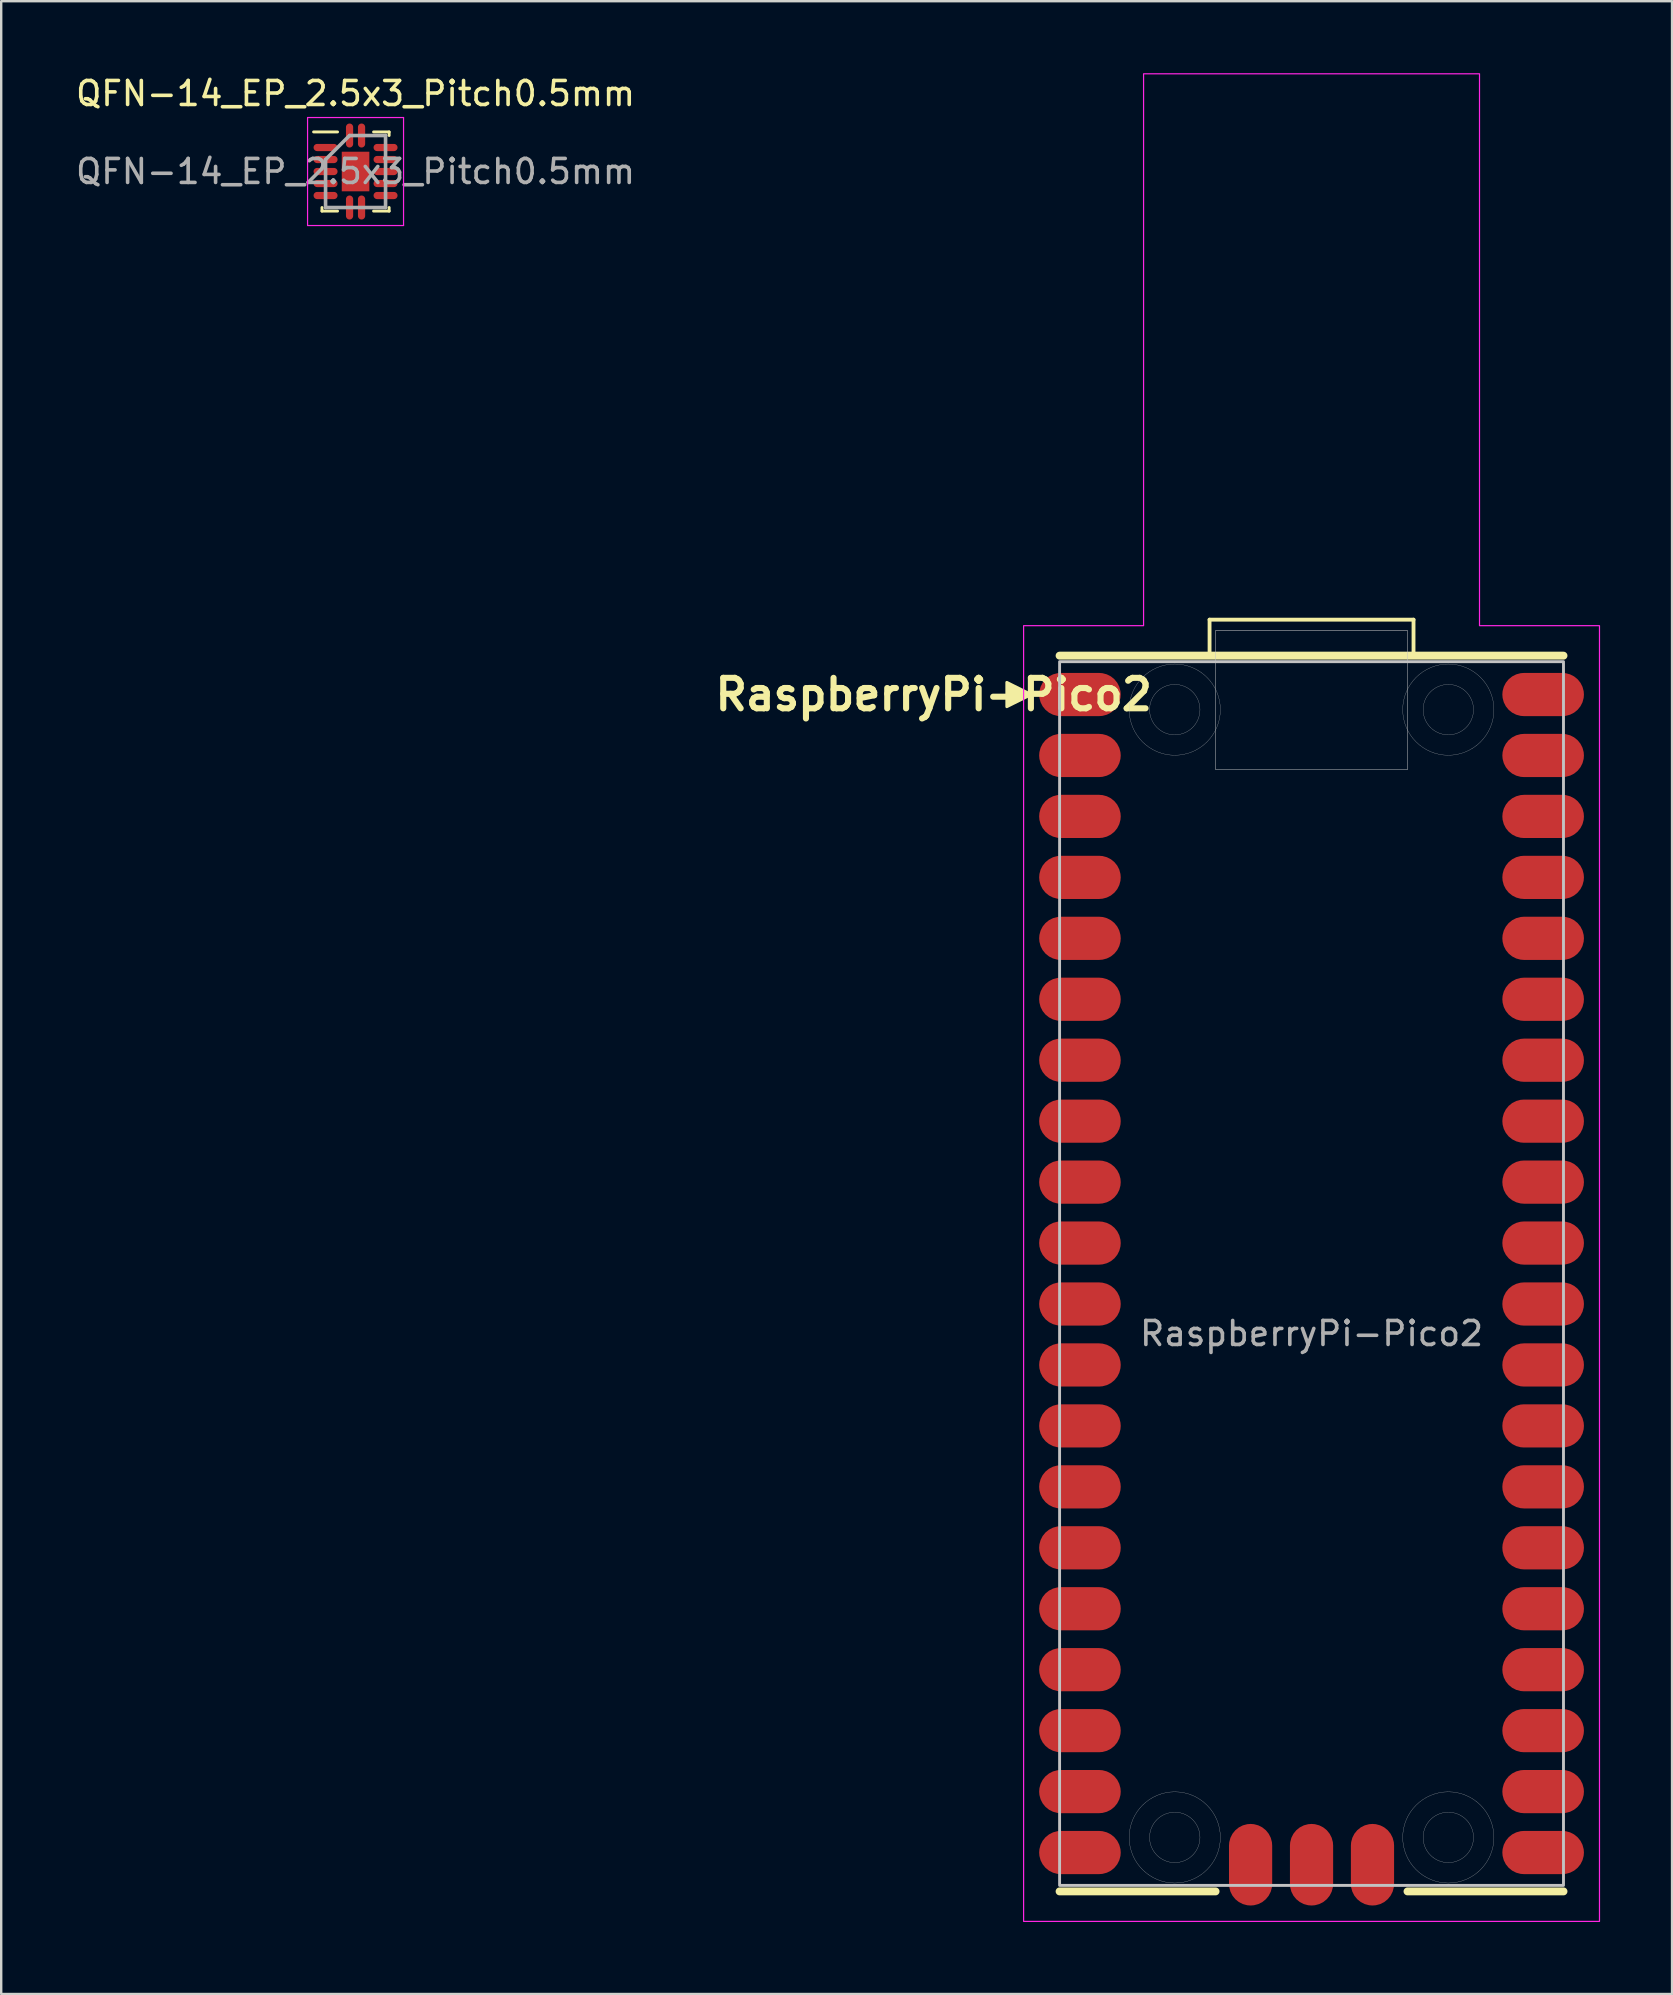
<source format=kicad_pcb>
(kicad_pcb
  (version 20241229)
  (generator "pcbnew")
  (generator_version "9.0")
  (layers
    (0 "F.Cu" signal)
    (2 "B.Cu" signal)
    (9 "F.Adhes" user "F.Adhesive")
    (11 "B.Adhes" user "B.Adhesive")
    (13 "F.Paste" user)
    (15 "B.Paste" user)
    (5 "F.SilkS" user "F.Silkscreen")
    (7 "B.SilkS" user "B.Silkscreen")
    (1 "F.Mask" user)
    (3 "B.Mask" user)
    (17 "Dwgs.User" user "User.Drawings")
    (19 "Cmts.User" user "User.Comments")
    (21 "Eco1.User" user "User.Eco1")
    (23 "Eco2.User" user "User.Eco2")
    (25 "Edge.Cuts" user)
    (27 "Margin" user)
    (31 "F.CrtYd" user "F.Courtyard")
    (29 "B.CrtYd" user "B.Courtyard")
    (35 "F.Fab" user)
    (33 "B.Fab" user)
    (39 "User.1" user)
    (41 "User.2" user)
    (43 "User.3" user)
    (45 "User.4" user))
  (footprint "RaspberryPi-Pico2"
    (layer "F.Cu")
    (at 51.609 50.025)
    (property "Reference" "RaspberryPi-Pico2" (at -15.748 -24.13 0) (unlocked yes) (layer "F.SilkS") (effects (font (size 1.27 1.27) (thickness 0.254) (bold yes))))
    (attr through_hole)
    (fp_line (start -4.25 -27.25) (end 4.25 -27.25) (stroke (width 0.16) (type default)) (layer "F.SilkS"))
    (fp_line (start -4.25 -25.75) (end -4.25 -27.25) (stroke (width 0.16) (type default)) (layer "F.SilkS"))
    (fp_line (start -4 25.75) (end -10.5 25.75) (stroke (width 0.33) (type solid)) (layer "F.SilkS"))
    (fp_line (start 4.25 -27.25) (end 4.25 -25.75) (stroke (width 0.16) (type default)) (layer "F.SilkS"))
    (fp_line (start 10.5 -25.75) (end -10.5 -25.75) (stroke (width 0.33) (type solid)) (layer "F.SilkS"))
    (fp_line (start 10.5 25.75) (end 4 25.75) (stroke (width 0.33) (type solid)) (layer "F.SilkS"))
    (fp_poly (pts (xy -11.684 -24.13) (xy -12.7 -24.638) (xy -12.7 -23.622)) (stroke (width 0.12) (type solid)) (fill yes) (layer "F.SilkS"))
    (fp_rect (start -10.5 -25.5) (end 10.5 25.5) (stroke (width 0.12) (type default)) (fill no) (layer "Dwgs.User"))
    (fp_rect (start -10.5 -24.93) (end -8.1 -23.33) (stroke (width 0.001) (type default)) (fill no) (layer "Dwgs.User"))
    (fp_rect (start -10.5 -22.39) (end -8.1 -20.79) (stroke (width 0.001) (type default)) (fill no) (layer "Dwgs.User"))
    (fp_rect (start -10.5 -19.85) (end -8.1 -18.25) (stroke (width 0.001) (type default)) (fill no) (layer "Dwgs.User"))
    (fp_rect (start -10.5 -17.31) (end -8.1 -15.71) (stroke (width 0.001) (type default)) (fill no) (layer "Dwgs.User"))
    (fp_rect (start -10.5 -14.77) (end -8.1 -13.17) (stroke (width 0.001) (type default)) (fill no) (layer "Dwgs.User"))
    (fp_rect (start -10.5 -12.23) (end -8.1 -10.63) (stroke (width 0.001) (type default)) (fill no) (layer "Dwgs.User"))
    (fp_rect (start -10.5 -9.69) (end -8.1 -8.09) (stroke (width 0.001) (type default)) (fill no) (layer "Dwgs.User"))
    (fp_rect (start -10.5 -7.15) (end -8.1 -5.55) (stroke (width 0.001) (type default)) (fill no) (layer "Dwgs.User"))
    (fp_rect (start -10.5 -4.61) (end -8.1 -3.01) (stroke (width 0.001) (type default)) (fill no) (layer "Dwgs.User"))
    (fp_rect (start -10.5 -2.07) (end -8.1 -0.47) (stroke (width 0.001) (type default)) (fill no) (layer "Dwgs.User"))
    (fp_rect (start -10.5 0.47) (end -8.1 2.07) (stroke (width 0.001) (type default)) (fill no) (layer "Dwgs.User"))
    (fp_rect (start -10.5 3.01) (end -8.1 4.61) (stroke (width 0.001) (type default)) (fill no) (layer "Dwgs.User"))
    (fp_rect (start -10.5 5.55) (end -8.1 7.15) (stroke (width 0.001) (type default)) (fill no) (layer "Dwgs.User"))
    (fp_rect (start -10.5 8.09) (end -8.1 9.69) (stroke (width 0.001) (type default)) (fill no) (layer "Dwgs.User"))
    (fp_rect (start -10.5 10.63) (end -8.1 12.23) (stroke (width 0.001) (type default)) (fill no) (layer "Dwgs.User"))
    (fp_rect (start -10.5 13.17) (end -8.1 14.77) (stroke (width 0.001) (type default)) (fill no) (layer "Dwgs.User"))
    (fp_rect (start -10.5 15.71) (end -8.1 17.31) (stroke (width 0.001) (type default)) (fill no) (layer "Dwgs.User"))
    (fp_rect (start -10.5 18.25) (end -8.1 19.85) (stroke (width 0.001) (type default)) (fill no) (layer "Dwgs.User"))
    (fp_rect (start -10.5 20.79) (end -8.1 22.39) (stroke (width 0.001) (type default)) (fill no) (layer "Dwgs.User"))
    (fp_rect (start -10.5 23.33) (end -8.1 24.93) (stroke (width 0.001) (type default)) (fill no) (layer "Dwgs.User"))
    (fp_rect (start -4 -26.8) (end 4 -21) (stroke (width 0.02) (type default)) (fill no) (layer "Dwgs.User"))
    (fp_rect (start -3.34 23.1) (end -1.74 25.5) (stroke (width 0.001) (type solid)) (fill no) (layer "Dwgs.User"))
    (fp_rect (start -0.8 23.1) (end 0.8 25.5) (stroke (width 0.001) (type solid)) (fill no) (layer "Dwgs.User"))
    (fp_rect (start 1.74 23.1) (end 3.34 25.5) (stroke (width 0.001) (type solid)) (fill no) (layer "Dwgs.User"))
    (fp_rect (start 8.1 -24.93) (end 10.5 -23.33) (stroke (width 0.001) (type solid)) (fill no) (layer "Dwgs.User"))
    (fp_rect (start 8.1 -22.39) (end 10.5 -20.79) (stroke (width 0.001) (type solid)) (fill no) (layer "Dwgs.User"))
    (fp_rect (start 8.1 -19.85) (end 10.5 -18.25) (stroke (width 0.001) (type solid)) (fill no) (layer "Dwgs.User"))
    (fp_rect (start 8.1 -17.31) (end 10.5 -15.71) (stroke (width 0.001) (type solid)) (fill no) (layer "Dwgs.User"))
    (fp_rect (start 8.1 -14.77) (end 10.5 -13.17) (stroke (width 0.001) (type solid)) (fill no) (layer "Dwgs.User"))
    (fp_rect (start 8.1 -12.23) (end 10.5 -10.63) (stroke (width 0.001) (type solid)) (fill no) (layer "Dwgs.User"))
    (fp_rect (start 8.1 -9.69) (end 10.5 -8.09) (stroke (width 0.001) (type solid)) (fill no) (layer "Dwgs.User"))
    (fp_rect (start 8.1 -7.15) (end 10.5 -5.55) (stroke (width 0.001) (type solid)) (fill no) (layer "Dwgs.User"))
    (fp_rect (start 8.1 -4.61) (end 10.5 -3.01) (stroke (width 0.001) (type solid)) (fill no) (layer "Dwgs.User"))
    (fp_rect (start 8.1 -2.07) (end 10.5 -0.47) (stroke (width 0.001) (type solid)) (fill no) (layer "Dwgs.User"))
    (fp_rect (start 8.1 0.47) (end 10.5 2.07) (stroke (width 0.001) (type solid)) (fill no) (layer "Dwgs.User"))
    (fp_rect (start 8.1 3.01) (end 10.5 4.61) (stroke (width 0.001) (type solid)) (fill no) (layer "Dwgs.User"))
    (fp_rect (start 8.1 5.55) (end 10.5 7.15) (stroke (width 0.001) (type solid)) (fill no) (layer "Dwgs.User"))
    (fp_rect (start 8.1 8.09) (end 10.5 9.69) (stroke (width 0.001) (type solid)) (fill no) (layer "Dwgs.User"))
    (fp_rect (start 8.1 10.63) (end 10.5 12.23) (stroke (width 0.001) (type solid)) (fill no) (layer "Dwgs.User"))
    (fp_rect (start 8.1 13.17) (end 10.5 14.77) (stroke (width 0.001) (type solid)) (fill no) (layer "Dwgs.User"))
    (fp_rect (start 8.1 15.71) (end 10.5 17.31) (stroke (width 0.001) (type solid)) (fill no) (layer "Dwgs.User"))
    (fp_rect (start 8.1 18.25) (end 10.5 19.85) (stroke (width 0.001) (type solid)) (fill no) (layer "Dwgs.User"))
    (fp_rect (start 8.1 20.79) (end 10.5 22.39) (stroke (width 0.001) (type solid)) (fill no) (layer "Dwgs.User"))
    (fp_rect (start 8.1 23.33) (end 10.5 24.93) (stroke (width 0.001) (type solid)) (fill no) (layer "Dwgs.User"))
    (fp_circle (center -5.7 -23.5) (end -4.65 -23.5) (stroke (width 0.01) (type default)) (fill no) (layer "Dwgs.User"))
    (fp_circle (center -5.7 -23.5) (end -3.8 -23.5) (stroke (width 0.01) (type default)) (fill no) (layer "Dwgs.User"))
    (fp_circle (center -5.7 23.5) (end -4.65 23.5) (stroke (width 0.01) (type default)) (fill no) (layer "Dwgs.User"))
    (fp_circle (center -5.7 23.5) (end -3.8 23.5) (stroke (width 0.01) (type default)) (fill no) (layer "Dwgs.User"))
    (fp_circle (center 5.7 -23.5) (end 6.75 -23.5) (stroke (width 0.01) (type default)) (fill no) (layer "Dwgs.User"))
    (fp_circle (center 5.7 -23.5) (end 7.6 -23.5) (stroke (width 0.01) (type default)) (fill no) (layer "Dwgs.User"))
    (fp_circle (center 5.7 23.5) (end 6.75 23.5) (stroke (width 0.01) (type default)) (fill no) (layer "Dwgs.User"))
    (fp_circle (center 5.7 23.5) (end 7.6 23.5) (stroke (width 0.01) (type default)) (fill no) (layer "Dwgs.User"))
    (fp_poly (pts (xy -12 27) (xy 12 27) (xy 12 -27) (xy 7 -27) (xy 7 -50) (xy -7 -50) (xy -7 -27) (xy -12 -27)) (stroke (width 0.05) (type solid)) (fill no) (layer "F.CrtYd"))
    (fp_text user "${REFERENCE}" (at 0 2.5 0) (unlocked yes) (layer "F.Fab") (effects (font (size 1 1) (thickness 0.15))))
    (pad "1" smd roundrect (at -9.652 -24.13) (size 3.4 1.8) (layers "F.Cu" "F.Mask" "F.Paste") (roundrect_rratio 0.5))
    (pad "2" smd roundrect (at -9.652 -21.59) (size 3.4 1.8) (layers "F.Cu" "F.Mask" "F.Paste") (roundrect_rratio 0.5))
    (pad "3" smd roundrect (at -9.652 -19.05) (size 3.4 1.8) (layers "F.Cu" "F.Mask" "F.Paste") (roundrect_rratio 0.5))
    (pad "4" smd roundrect (at -9.652 -16.51) (size 3.4 1.8) (layers "F.Cu" "F.Mask" "F.Paste") (roundrect_rratio 0.5))
    (pad "5" smd roundrect (at -9.652 -13.97) (size 3.4 1.8) (layers "F.Cu" "F.Mask" "F.Paste") (roundrect_rratio 0.5))
    (pad "6" smd roundrect (at -9.652 -11.43) (size 3.4 1.8) (layers "F.Cu" "F.Mask" "F.Paste") (roundrect_rratio 0.5))
    (pad "7" smd roundrect (at -9.652 -8.89) (size 3.4 1.8) (layers "F.Cu" "F.Mask" "F.Paste") (roundrect_rratio 0.5))
    (pad "8" smd roundrect (at -9.652 -6.35) (size 3.4 1.8) (layers "F.Cu" "F.Mask" "F.Paste") (roundrect_rratio 0.5))
    (pad "9" smd roundrect (at -9.652 -3.81) (size 3.4 1.8) (layers "F.Cu" "F.Mask" "F.Paste") (roundrect_rratio 0.5))
    (pad "10" smd roundrect (at -9.652 -1.27) (size 3.4 1.8) (layers "F.Cu" "F.Mask" "F.Paste") (roundrect_rratio 0.5))
    (pad "11" smd roundrect (at -9.652 1.27) (size 3.4 1.8) (layers "F.Cu" "F.Mask" "F.Paste") (roundrect_rratio 0.5))
    (pad "12" smd roundrect (at -9.652 3.81) (size 3.4 1.8) (layers "F.Cu" "F.Mask" "F.Paste") (roundrect_rratio 0.5))
    (pad "13" smd roundrect (at -9.652 6.35) (size 3.4 1.8) (layers "F.Cu" "F.Mask" "F.Paste") (roundrect_rratio 0.5))
    (pad "14" smd roundrect (at -9.652 8.89) (size 3.4 1.8) (layers "F.Cu" "F.Mask" "F.Paste") (roundrect_rratio 0.5))
    (pad "15" smd roundrect (at -9.652 11.43) (size 3.4 1.8) (layers "F.Cu" "F.Mask" "F.Paste") (roundrect_rratio 0.5))
    (pad "16" smd roundrect (at -9.652 13.97) (size 3.4 1.8) (layers "F.Cu" "F.Mask" "F.Paste") (roundrect_rratio 0.5))
    (pad "17" smd roundrect (at -9.652 16.51) (size 3.4 1.8) (layers "F.Cu" "F.Mask" "F.Paste") (roundrect_rratio 0.5))
    (pad "18" smd roundrect (at -9.652 19.05) (size 3.4 1.8) (layers "F.Cu" "F.Mask" "F.Paste") (roundrect_rratio 0.5))
    (pad "19" smd roundrect (at -9.652 21.59) (size 3.4 1.8) (layers "F.Cu" "F.Mask" "F.Paste") (roundrect_rratio 0.5))
    (pad "20" smd roundrect (at -9.652 24.13) (size 3.4 1.8) (layers "F.Cu" "F.Mask" "F.Paste") (roundrect_rratio 0.5))
    (pad "21" smd roundrect (at 9.652 24.13) (size 3.4 1.8) (layers "F.Cu" "F.Mask" "F.Paste") (roundrect_rratio 0.5))
    (pad "22" smd roundrect (at 9.652 21.59) (size 3.4 1.8) (layers "F.Cu" "F.Mask" "F.Paste") (roundrect_rratio 0.5))
    (pad "23" smd roundrect (at 9.652 19.05) (size 3.4 1.8) (layers "F.Cu" "F.Mask" "F.Paste") (roundrect_rratio 0.5))
    (pad "24" smd roundrect (at 9.652 16.51) (size 3.4 1.8) (layers "F.Cu" "F.Mask" "F.Paste") (roundrect_rratio 0.5))
    (pad "25" smd roundrect (at 9.652 13.97) (size 3.4 1.8) (layers "F.Cu" "F.Mask" "F.Paste") (roundrect_rratio 0.5))
    (pad "26" smd roundrect (at 9.652 11.43) (size 3.4 1.8) (layers "F.Cu" "F.Mask" "F.Paste") (roundrect_rratio 0.5))
    (pad "27" smd roundrect (at 9.652 8.89) (size 3.4 1.8) (layers "F.Cu" "F.Mask" "F.Paste") (roundrect_rratio 0.5))
    (pad "28" smd roundrect (at 9.652 6.35) (size 3.4 1.8) (layers "F.Cu" "F.Mask" "F.Paste") (roundrect_rratio 0.5))
    (pad "29" smd roundrect (at 9.652 3.81) (size 3.4 1.8) (layers "F.Cu" "F.Mask" "F.Paste") (roundrect_rratio 0.5))
    (pad "30" smd roundrect (at 9.652 1.27) (size 3.4 1.8) (layers "F.Cu" "F.Mask" "F.Paste") (roundrect_rratio 0.5))
    (pad "31" smd roundrect (at 9.652 -1.27) (size 3.4 1.8) (layers "F.Cu" "F.Mask" "F.Paste") (roundrect_rratio 0.5))
    (pad "32" smd roundrect (at 9.652 -3.81) (size 3.4 1.8) (layers "F.Cu" "F.Mask" "F.Paste") (roundrect_rratio 0.5))
    (pad "33" smd roundrect (at 9.652 -6.35) (size 3.4 1.8) (layers "F.Cu" "F.Mask" "F.Paste") (roundrect_rratio 0.5))
    (pad "34" smd roundrect (at 9.652 -8.89) (size 3.4 1.8) (layers "F.Cu" "F.Mask" "F.Paste") (roundrect_rratio 0.5))
    (pad "35" smd roundrect (at 9.652 -11.43) (size 3.4 1.8) (layers "F.Cu" "F.Mask" "F.Paste") (roundrect_rratio 0.5))
    (pad "36" smd roundrect (at 9.652 -13.97) (size 3.4 1.8) (layers "F.Cu" "F.Mask" "F.Paste") (roundrect_rratio 0.5))
    (pad "37" smd roundrect (at 9.652 -16.51) (size 3.4 1.8) (layers "F.Cu" "F.Mask" "F.Paste") (roundrect_rratio 0.5))
    (pad "38" smd roundrect (at 9.652 -19.05) (size 3.4 1.8) (layers "F.Cu" "F.Mask" "F.Paste") (roundrect_rratio 0.5))
    (pad "39" smd roundrect (at 9.652 -21.59) (size 3.4 1.8) (layers "F.Cu" "F.Mask" "F.Paste") (roundrect_rratio 0.5))
    (pad "40" smd roundrect (at 9.652 -24.13) (size 3.4 1.8) (layers "F.Cu" "F.Mask" "F.Paste") (roundrect_rratio 0.5))
    (pad "41" smd roundrect (at -2.54 24.638 90) (size 3.4 1.8) (layers "F.Cu" "F.Mask" "F.Paste") (roundrect_rratio 0.5))
    (pad "42" smd roundrect (at 0 24.638 90) (size 3.4 1.8) (layers "F.Cu" "F.Mask" "F.Paste") (roundrect_rratio 0.5))
    (pad "43" smd roundrect (at 2.54 24.638 90) (size 3.4 1.8) (layers "F.Cu" "F.Mask" "F.Paste") (roundrect_rratio 0.5)))
  (footprint "QFN-14_EP_2.5x3_Pitch0.5mm"
    (layer "F.Cu")
    (at 11.768 4.098)
    (property "Reference" "QFN-14_EP_2.5x3_Pitch0.5mm" (at 0 -3.25 0) (layer "F.SilkS") (effects (font (size 1 1) (thickness 0.15))))
    (attr smd)
    (fp_line (start -1.4 1.65) (end -1.4 1.5) (stroke (width 0.12) (type default)) (layer "F.SilkS"))
    (fp_line (start -0.75 -1.65) (end -1.75 -1.65) (stroke (width 0.12) (type default)) (layer "F.SilkS"))
    (fp_line (start -0.75 1.65) (end -1.4 1.65) (stroke (width 0.12) (type default)) (layer "F.SilkS"))
    (fp_line (start 0.75 -1.65) (end 1.4 -1.65) (stroke (width 0.12) (type default)) (layer "F.SilkS"))
    (fp_line (start 0.75 1.65) (end 1.4 1.65) (stroke (width 0.12) (type default)) (layer "F.SilkS"))
    (fp_line (start 1.4 -1.65) (end 1.4 -1.5) (stroke (width 0.12) (type default)) (layer "F.SilkS"))
    (fp_line (start 1.4 1.65) (end 1.4 1.5) (stroke (width 0.12) (type default)) (layer "F.SilkS"))
    (fp_line (start -2 -2.25) (end 2 -2.25) (stroke (width 0.05) (type default)) (layer "F.CrtYd"))
    (fp_line (start -2 2.25) (end -2 -2.25) (stroke (width 0.05) (type default)) (layer "F.CrtYd"))
    (fp_line (start 2 -2.25) (end 2 2.25) (stroke (width 0.05) (type default)) (layer "F.CrtYd"))
    (fp_line (start 2 2.25) (end -2 2.25) (stroke (width 0.05) (type default)) (layer "F.CrtYd"))
    (fp_line (start -1.25 -0.5) (end -1.25 1.5) (stroke (width 0.15) (type default)) (layer "F.Fab"))
    (fp_line (start -1.25 1.5) (end 1.25 1.5) (stroke (width 0.15) (type default)) (layer "F.Fab"))
    (fp_line (start -0.25 -1.5) (end -1.25 -0.5) (stroke (width 0.15) (type default)) (layer "F.Fab"))
    (fp_line (start 1.25 -1.5) (end -0.25 -1.5) (stroke (width 0.15) (type default)) (layer "F.Fab"))
    (fp_line (start 1.25 1.5) (end 1.25 -1.5) (stroke (width 0.15) (type default)) (layer "F.Fab"))
    (fp_text user "${REFERENCE}" (at 0 0 0) (layer "F.Fab") (effects (font (size 1 1) (thickness 0.15))))
    (pad "" smd rect (at -0.431 -0.619) (size 0.000001 0.125) (layers "F.Paste"))
    (pad "" smd rect (at -0.431 -0.206) (size 0.000001 0.125) (layers "F.Paste"))
    (pad "" smd rect (at -0.431 0.206) (size 0.000001 0.125) (layers "F.Paste"))
    (pad "" smd rect (at -0.431 0.619) (size 0.000001 0.125) (layers "F.Paste"))
    (pad "" smd rect (at -0.144 -0.619) (size 0.000001 0.125) (layers "F.Paste"))
    (pad "" smd rect (at -0.144 -0.206) (size 0.000001 0.125) (layers "F.Paste"))
    (pad "" smd rect (at -0.144 0.206) (size 0.000001 0.125) (layers "F.Paste"))
    (pad "" smd rect (at -0.144 0.619) (size 0.000001 0.125) (layers "F.Paste"))
    (pad "" smd rect (at 0.144 -0.619) (size 0.000001 0.125) (layers "F.Paste"))
    (pad "" smd rect (at 0.144 -0.206) (size 0.000001 0.125) (layers "F.Paste"))
    (pad "" smd rect (at 0.144 0.206) (size 0.000001 0.125) (layers "F.Paste"))
    (pad "" smd rect (at 0.144 0.619) (size 0.000001 0.125) (layers "F.Paste"))
    (pad "" smd rect (at 0.431 -0.619) (size 0.000001 0.125) (layers "F.Paste"))
    (pad "" smd rect (at 0.431 -0.206) (size 0.000001 0.125) (layers "F.Paste"))
    (pad "" smd rect (at 0.431 0.206) (size 0.000001 0.125) (layers "F.Paste"))
    (pad "" smd rect (at 0.431 0.619) (size 0.000001 0.125) (layers "F.Paste"))
    (pad "1" smd oval (at -0.25 -1.5) (size 0.3 1) (layers "F.Cu" "F.Mask" "F.Paste"))
    (pad "2" smd oval (at -1.25 -1 90) (size 0.3 1) (layers "F.Cu" "F.Mask" "F.Paste"))
    (pad "3" smd oval (at -1.25 -0.5 90) (size 0.3 1) (layers "F.Cu" "F.Mask" "F.Paste"))
    (pad "4" smd oval (at -1.25 0 90) (size 0.3 1) (layers "F.Cu" "F.Mask" "F.Paste"))
    (pad "5" smd oval (at -1.25 0.5 90) (size 0.3 1) (layers "F.Cu" "F.Mask" "F.Paste"))
    (pad "6" smd oval (at -1.25 1 90) (size 0.3 1) (layers "F.Cu" "F.Mask" "F.Paste"))
    (pad "7" smd oval (at -0.25 1.5) (size 0.3 1) (layers "F.Cu" "F.Mask" "F.Paste"))
    (pad "8" smd oval (at 0.25 1.5) (size 0.3 1) (layers "F.Cu" "F.Mask" "F.Paste"))
    (pad "9" smd oval (at 1.25 1 90) (size 0.3 1) (layers "F.Cu" "F.Mask" "F.Paste"))
    (pad "10" smd oval (at 1.25 0.5 90) (size 0.3 1) (layers "F.Cu" "F.Mask" "F.Paste"))
    (pad "11" smd oval (at 1.25 0 90) (size 0.3 1) (layers "F.Cu" "F.Mask" "F.Paste"))
    (pad "12" smd oval (at 1.25 -0.5 90) (size 0.3 1) (layers "F.Cu" "F.Mask" "F.Paste"))
    (pad "13" smd oval (at 1.25 -1 90) (size 0.3 1) (layers "F.Cu" "F.Mask" "F.Paste"))
    (pad "14" smd oval (at 0.25 -1.5) (size 0.3 1) (layers "F.Cu" "F.Mask" "F.Paste"))
    (pad "15" smd rect (at 0 0) (size 1.15 1.65) (layers "F.Cu" "F.Mask")))
  (gr_rect
    (start -3 -3)
    (end 66.634 80.05)
    (stroke (width 0.1) (type default))
    (fill no)
    (layer "Edge.Cuts")))
</source>
